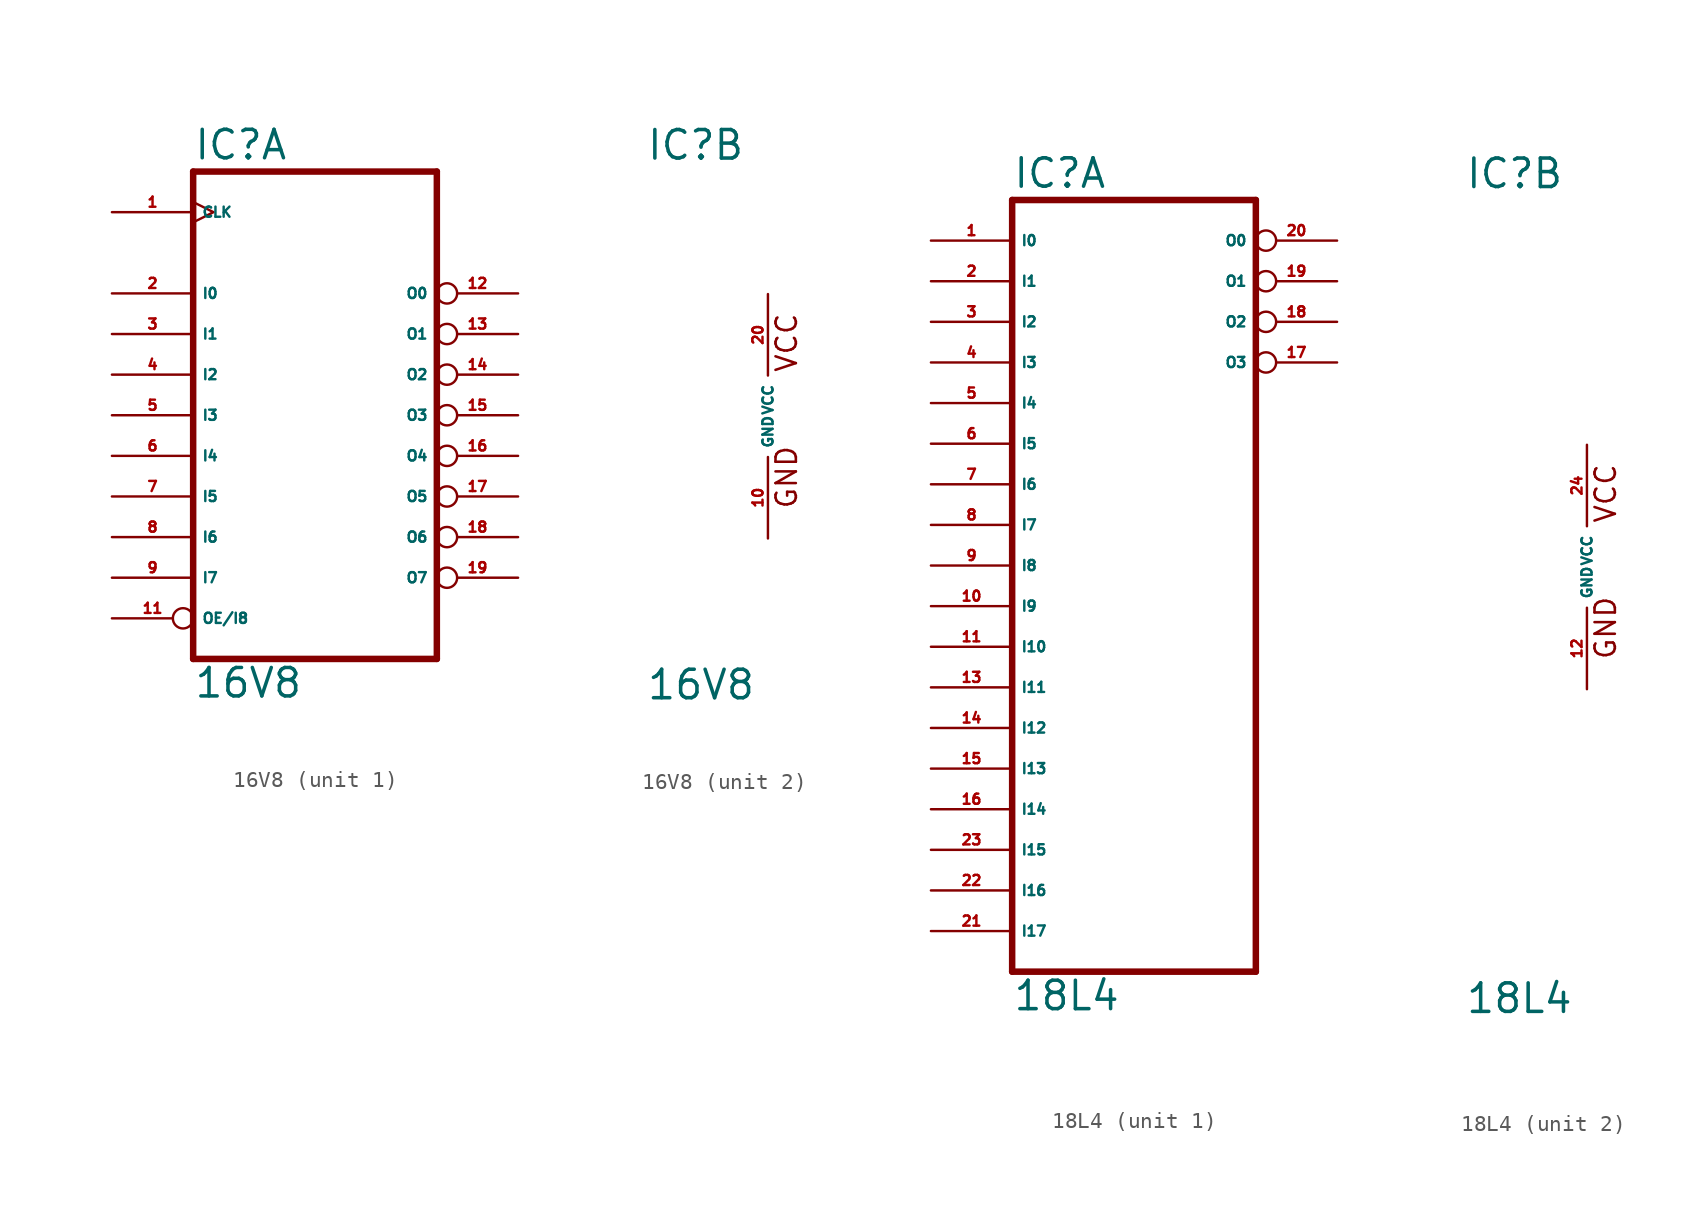
<source format=kicad_sym>
(kicad_symbol_lib
  (version 20220914)
  (generator Eagle2Kicad)
  (symbol "16V8"
    (property "Reference" "IC"
      (at -7.62 15.875 0)
      (effects (font (size 1.778 1.778) (thickness 0.22)) (justify left bottom)))
    (property "Value" "16V8"
      (at -7.62 -17.78 0)
      (effects (font (size 1.778 1.778) (thickness 0.22)) (justify left bottom)))
    (symbol "16V8_1_0"
      (polyline (pts (xy -7.62 15.24) (xy 7.62 15.24)) (stroke (width 0.406) (type default)) (fill (type none)))
      (polyline (pts (xy 7.62 -15.24) (xy 7.62 15.24)) (stroke (width 0.406) (type default)) (fill (type none)))
      (polyline (pts (xy 7.62 -15.24) (xy -7.62 -15.24)) (stroke (width 0.406) (type default)) (fill (type none)))
      (polyline (pts (xy -7.62 15.24) (xy -7.62 -15.24)) (stroke (width 0.406) (type default)) (fill (type none)))
      (pin input line (at -12.7 7.62 0) (length 5.08) (name "I0" (effects (font (size 0.635 0.635) (thickness 0.08)) (justify left bottom))) (number "2" (effects (font (size 0.635 0.635) (thickness 0.08)) (justify left bottom))))
      (pin input line (at -12.7 5.08 0) (length 5.08) (name "I1" (effects (font (size 0.635 0.635) (thickness 0.08)) (justify left bottom))) (number "3" (effects (font (size 0.635 0.635) (thickness 0.08)) (justify left bottom))))
      (pin input line (at -12.7 2.54 0) (length 5.08) (name "I2" (effects (font (size 0.635 0.635) (thickness 0.08)) (justify left bottom))) (number "4" (effects (font (size 0.635 0.635) (thickness 0.08)) (justify left bottom))))
      (pin input line (at -12.7 0 0) (length 5.08) (name "I3" (effects (font (size 0.635 0.635) (thickness 0.08)) (justify left bottom))) (number "5" (effects (font (size 0.635 0.635) (thickness 0.08)) (justify left bottom))))
      (pin input line (at -12.7 -2.54 0) (length 5.08) (name "I4" (effects (font (size 0.635 0.635) (thickness 0.08)) (justify left bottom))) (number "6" (effects (font (size 0.635 0.635) (thickness 0.08)) (justify left bottom))))
      (pin input line (at -12.7 -5.08 0) (length 5.08) (name "I5" (effects (font (size 0.635 0.635) (thickness 0.08)) (justify left bottom))) (number "7" (effects (font (size 0.635 0.635) (thickness 0.08)) (justify left bottom))))
      (pin input line (at -12.7 -7.62 0) (length 5.08) (name "I6" (effects (font (size 0.635 0.635) (thickness 0.08)) (justify left bottom))) (number "8" (effects (font (size 0.635 0.635) (thickness 0.08)) (justify left bottom))))
      (pin input line (at -12.7 -10.16 0) (length 5.08) (name "I7" (effects (font (size 0.635 0.635) (thickness 0.08)) (justify left bottom))) (number "9" (effects (font (size 0.635 0.635) (thickness 0.08)) (justify left bottom))))
      (pin input inverted (at -12.7 -12.7 0) (length 5.08) (name "OE/I8" (effects (font (size 0.635 0.635) (thickness 0.08)) (justify left bottom))) (number "11" (effects (font (size 0.635 0.635) (thickness 0.08)) (justify left bottom))))
      (pin bidirectional inverted (at 12.7 5.08 180) (length 5.08) (name "O1" (effects (font (size 0.635 0.635) (thickness 0.08)) (justify left bottom))) (number "13" (effects (font (size 0.635 0.635) (thickness 0.08)) (justify left bottom))))
      (pin bidirectional inverted (at 12.7 2.54 180) (length 5.08) (name "O2" (effects (font (size 0.635 0.635) (thickness 0.08)) (justify left bottom))) (number "14" (effects (font (size 0.635 0.635) (thickness 0.08)) (justify left bottom))))
      (pin bidirectional inverted (at 12.7 0 180) (length 5.08) (name "O3" (effects (font (size 0.635 0.635) (thickness 0.08)) (justify left bottom))) (number "15" (effects (font (size 0.635 0.635) (thickness 0.08)) (justify left bottom))))
      (pin bidirectional inverted (at 12.7 -2.54 180) (length 5.08) (name "O4" (effects (font (size 0.635 0.635) (thickness 0.08)) (justify left bottom))) (number "16" (effects (font (size 0.635 0.635) (thickness 0.08)) (justify left bottom))))
      (pin bidirectional inverted (at 12.7 -5.08 180) (length 5.08) (name "O5" (effects (font (size 0.635 0.635) (thickness 0.08)) (justify left bottom))) (number "17" (effects (font (size 0.635 0.635) (thickness 0.08)) (justify left bottom))))
      (pin bidirectional inverted (at 12.7 -7.62 180) (length 5.08) (name "O6" (effects (font (size 0.635 0.635) (thickness 0.08)) (justify left bottom))) (number "18" (effects (font (size 0.635 0.635) (thickness 0.08)) (justify left bottom))))
      (pin bidirectional inverted (at 12.7 -10.16 180) (length 5.08) (name "O7" (effects (font (size 0.635 0.635) (thickness 0.08)) (justify left bottom))) (number "19" (effects (font (size 0.635 0.635) (thickness 0.08)) (justify left bottom))))
      (pin bidirectional inverted (at 12.7 7.62 180) (length 5.08) (name "O0" (effects (font (size 0.635 0.635) (thickness 0.08)) (justify left bottom))) (number "12" (effects (font (size 0.635 0.635) (thickness 0.08)) (justify left bottom))))
      (pin input clock (at -12.7 12.7 0) (length 5.08) (name "CLK" (effects (font (size 0.635 0.635) (thickness 0.08)) (justify left bottom))) (number "1" (effects (font (size 0.635 0.635) (thickness 0.08)) (justify left bottom)))))
    (symbol "16V8_2_0"
      (text "GND" (at 1.905 -5.842 900) (effects (font (size 1.27 1.27) (thickness 0.16)) (justify left bottom)))
      (text "VCC" (at 1.905 2.667 900) (effects (font (size 1.27 1.27) (thickness 0.16)) (justify left bottom)))
      (pin unspecified line (at 0 -7.62 90) (length 5.08) (name "GND" (effects (font (size 0.635 0.635) (thickness 0.08)) (justify left bottom))) (number "10" (effects (font (size 0.635 0.635) (thickness 0.08)) (justify left bottom))))
      (pin unspecified line (at 0 7.62 270) (length 5.08) (name "VCC" (effects (font (size 0.635 0.635) (thickness 0.08)) (justify left bottom))) (number "20" (effects (font (size 0.635 0.635) (thickness 0.08)) (justify left bottom))))))
  (symbol "18L4"
    (property "Reference" "IC"
      (at -7.62 23.495 0)
      (effects (font (size 1.778 1.778) (thickness 0.22)) (justify left bottom)))
    (property "Value" "18L4"
      (at -7.62 -27.94 0)
      (effects (font (size 1.778 1.778) (thickness 0.22)) (justify left bottom)))
    (symbol "18L4_1_0"
      (polyline (pts (xy -7.62 -25.4) (xy 7.62 -25.4)) (stroke (width 0.406) (type default)) (fill (type none)))
      (polyline (pts (xy 7.62 -25.4) (xy 7.62 22.86)) (stroke (width 0.406) (type default)) (fill (type none)))
      (polyline (pts (xy 7.62 22.86) (xy -7.62 22.86)) (stroke (width 0.406) (type default)) (fill (type none)))
      (polyline (pts (xy -7.62 22.86) (xy -7.62 -25.4)) (stroke (width 0.406) (type default)) (fill (type none)))
      (pin input line (at -12.7 20.32 0) (length 5.08) (name "I0" (effects (font (size 0.635 0.635) (thickness 0.08)) (justify left bottom))) (number "1" (effects (font (size 0.635 0.635) (thickness 0.08)) (justify left bottom))))
      (pin input line (at -12.7 17.78 0) (length 5.08) (name "I1" (effects (font (size 0.635 0.635) (thickness 0.08)) (justify left bottom))) (number "2" (effects (font (size 0.635 0.635) (thickness 0.08)) (justify left bottom))))
      (pin input line (at -12.7 15.24 0) (length 5.08) (name "I2" (effects (font (size 0.635 0.635) (thickness 0.08)) (justify left bottom))) (number "3" (effects (font (size 0.635 0.635) (thickness 0.08)) (justify left bottom))))
      (pin input line (at -12.7 12.7 0) (length 5.08) (name "I3" (effects (font (size 0.635 0.635) (thickness 0.08)) (justify left bottom))) (number "4" (effects (font (size 0.635 0.635) (thickness 0.08)) (justify left bottom))))
      (pin input line (at -12.7 10.16 0) (length 5.08) (name "I4" (effects (font (size 0.635 0.635) (thickness 0.08)) (justify left bottom))) (number "5" (effects (font (size 0.635 0.635) (thickness 0.08)) (justify left bottom))))
      (pin input line (at -12.7 7.62 0) (length 5.08) (name "I5" (effects (font (size 0.635 0.635) (thickness 0.08)) (justify left bottom))) (number "6" (effects (font (size 0.635 0.635) (thickness 0.08)) (justify left bottom))))
      (pin input line (at -12.7 5.08 0) (length 5.08) (name "I6" (effects (font (size 0.635 0.635) (thickness 0.08)) (justify left bottom))) (number "7" (effects (font (size 0.635 0.635) (thickness 0.08)) (justify left bottom))))
      (pin input line (at -12.7 2.54 0) (length 5.08) (name "I7" (effects (font (size 0.635 0.635) (thickness 0.08)) (justify left bottom))) (number "8" (effects (font (size 0.635 0.635) (thickness 0.08)) (justify left bottom))))
      (pin input line (at -12.7 0 0) (length 5.08) (name "I8" (effects (font (size 0.635 0.635) (thickness 0.08)) (justify left bottom))) (number "9" (effects (font (size 0.635 0.635) (thickness 0.08)) (justify left bottom))))
      (pin input line (at -12.7 -2.54 0) (length 5.08) (name "I9" (effects (font (size 0.635 0.635) (thickness 0.08)) (justify left bottom))) (number "10" (effects (font (size 0.635 0.635) (thickness 0.08)) (justify left bottom))))
      (pin input line (at -12.7 -5.08 0) (length 5.08) (name "I10" (effects (font (size 0.635 0.635) (thickness 0.08)) (justify left bottom))) (number "11" (effects (font (size 0.635 0.635) (thickness 0.08)) (justify left bottom))))
      (pin input line (at -12.7 -7.62 0) (length 5.08) (name "I11" (effects (font (size 0.635 0.635) (thickness 0.08)) (justify left bottom))) (number "13" (effects (font (size 0.635 0.635) (thickness 0.08)) (justify left bottom))))
      (pin input line (at -12.7 -10.16 0) (length 5.08) (name "I12" (effects (font (size 0.635 0.635) (thickness 0.08)) (justify left bottom))) (number "14" (effects (font (size 0.635 0.635) (thickness 0.08)) (justify left bottom))))
      (pin input line (at -12.7 -12.7 0) (length 5.08) (name "I13" (effects (font (size 0.635 0.635) (thickness 0.08)) (justify left bottom))) (number "15" (effects (font (size 0.635 0.635) (thickness 0.08)) (justify left bottom))))
      (pin input line (at -12.7 -15.24 0) (length 5.08) (name "I14" (effects (font (size 0.635 0.635) (thickness 0.08)) (justify left bottom))) (number "16" (effects (font (size 0.635 0.635) (thickness 0.08)) (justify left bottom))))
      (pin output inverted (at 12.7 12.7 180) (length 5.08) (name "O3" (effects (font (size 0.635 0.635) (thickness 0.08)) (justify left bottom))) (number "17" (effects (font (size 0.635 0.635) (thickness 0.08)) (justify left bottom))))
      (pin output inverted (at 12.7 15.24 180) (length 5.08) (name "O2" (effects (font (size 0.635 0.635) (thickness 0.08)) (justify left bottom))) (number "18" (effects (font (size 0.635 0.635) (thickness 0.08)) (justify left bottom))))
      (pin output inverted (at 12.7 17.78 180) (length 5.08) (name "O1" (effects (font (size 0.635 0.635) (thickness 0.08)) (justify left bottom))) (number "19" (effects (font (size 0.635 0.635) (thickness 0.08)) (justify left bottom))))
      (pin output inverted (at 12.7 20.32 180) (length 5.08) (name "O0" (effects (font (size 0.635 0.635) (thickness 0.08)) (justify left bottom))) (number "20" (effects (font (size 0.635 0.635) (thickness 0.08)) (justify left bottom))))
      (pin input line (at -12.7 -22.86 0) (length 5.08) (name "I17" (effects (font (size 0.635 0.635) (thickness 0.08)) (justify left bottom))) (number "21" (effects (font (size 0.635 0.635) (thickness 0.08)) (justify left bottom))))
      (pin input line (at -12.7 -20.32 0) (length 5.08) (name "I16" (effects (font (size 0.635 0.635) (thickness 0.08)) (justify left bottom))) (number "22" (effects (font (size 0.635 0.635) (thickness 0.08)) (justify left bottom))))
      (pin input line (at -12.7 -17.78 0) (length 5.08) (name "I15" (effects (font (size 0.635 0.635) (thickness 0.08)) (justify left bottom))) (number "23" (effects (font (size 0.635 0.635) (thickness 0.08)) (justify left bottom)))))
    (symbol "18L4_2_0"
      (text "GND" (at 1.905 -5.842 900) (effects (font (size 1.27 1.27) (thickness 0.16)) (justify left bottom)))
      (text "VCC" (at 1.905 2.667 900) (effects (font (size 1.27 1.27) (thickness 0.16)) (justify left bottom)))
      (pin unspecified line (at 0 -7.62 90) (length 5.08) (name "GND" (effects (font (size 0.635 0.635) (thickness 0.08)) (justify left bottom))) (number "12" (effects (font (size 0.635 0.635) (thickness 0.08)) (justify left bottom))))
      (pin unspecified line (at 0 7.62 270) (length 5.08) (name "VCC" (effects (font (size 0.635 0.635) (thickness 0.08)) (justify left bottom))) (number "24" (effects (font (size 0.635 0.635) (thickness 0.08)) (justify left bottom)))))))
</source>
